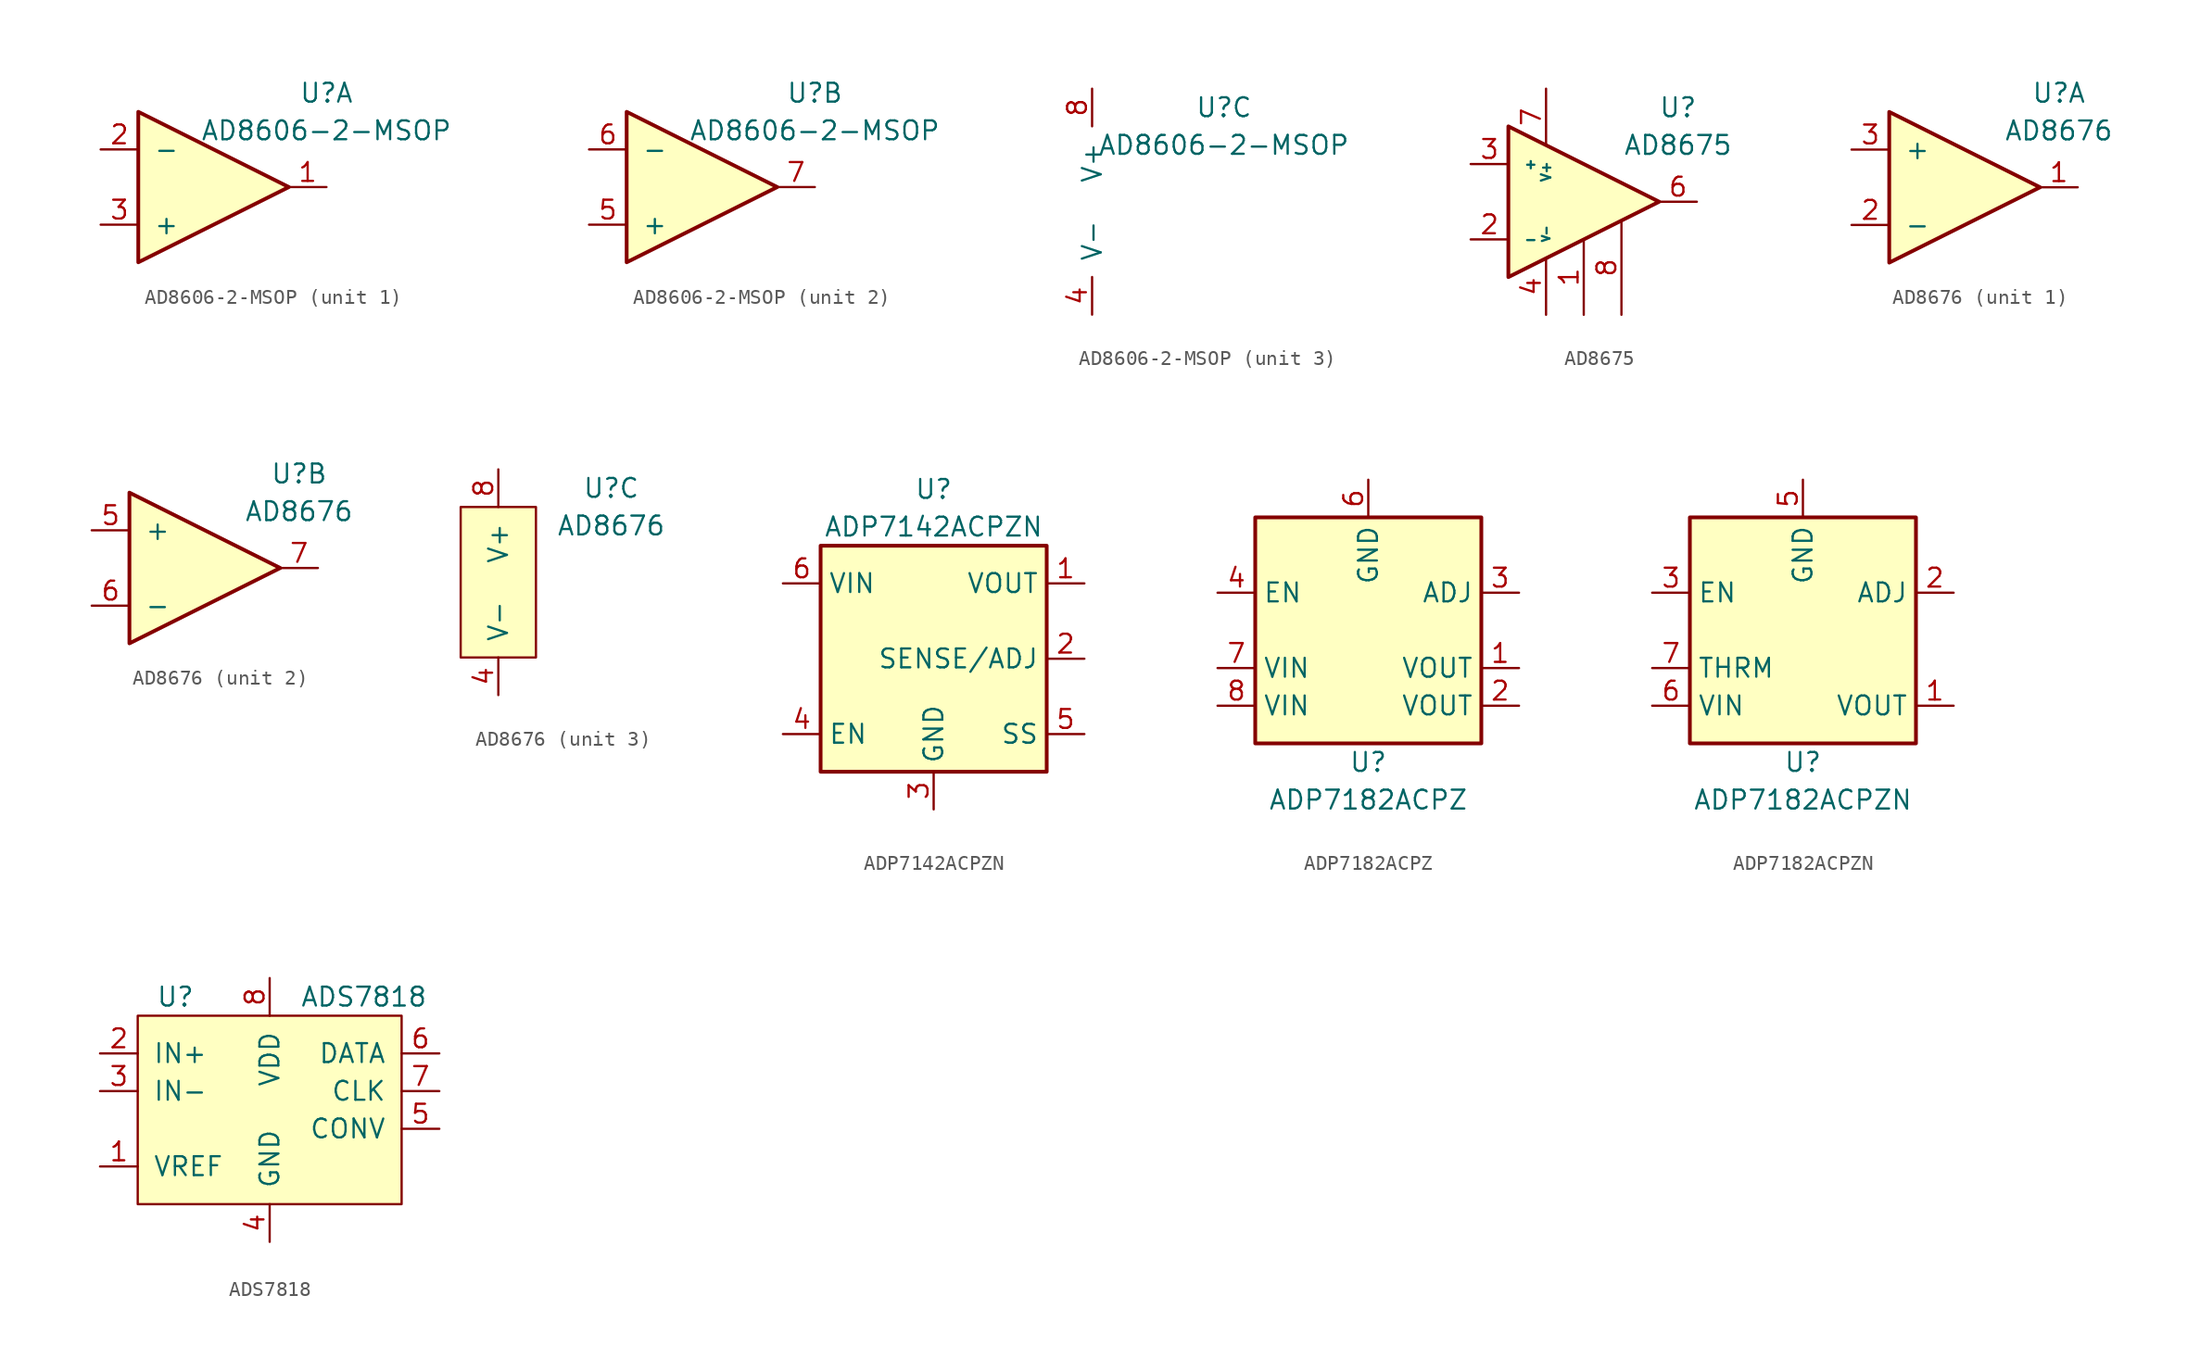
<source format=kicad_sym>
(kicad_symbol_lib
  (version 20220914)
  (generator kicad_symbol_editor)
  (symbol "AD8606-2-MSOP"
    (pin_names
      (offset 1.016))
    (property "Reference" "U"
      (at 8.89 6.35 0)
      (effects (font (size 1.27 1.27))))
    (property "Value" "AD8606-2-MSOP"
      (at 8.89 3.81 0)
      (effects (font (size 1.27 1.27))))
    (symbol "AD8606-2-MSOP_1_1"
      (polyline (pts (xy -3.81 5.08) (xy 6.35 0) (xy -3.81 -5.08) (xy -3.81 5.08)) (stroke (width 0.254) (type solid)) (fill (type background)))
      (pin output line (at 8.89 0 180) (length 2.54) (name "~" (effects (font (size 1.27 1.27)))) (number "1" (effects (font (size 1.27 1.27)))))
      (pin input line (at -6.35 2.54 0) (length 2.54) (name "-" (effects (font (size 1.27 1.27)))) (number "2" (effects (font (size 1.27 1.27)))))
      (pin input line (at -6.35 -2.54 0) (length 2.54) (name "+" (effects (font (size 1.27 1.27)))) (number "3" (effects (font (size 1.27 1.27))))))
    (symbol "AD8606-2-MSOP_2_1"
      (polyline (pts (xy -3.81 5.08) (xy 6.35 0) (xy -3.81 -5.08) (xy -3.81 5.08)) (stroke (width 0.254) (type solid)) (fill (type background)))
      (pin input line (at -6.35 -2.54 0) (length 2.54) (name "+" (effects (font (size 1.27 1.27)))) (number "5" (effects (font (size 1.27 1.27)))))
      (pin input line (at -6.35 2.54 0) (length 2.54) (name "-" (effects (font (size 1.27 1.27)))) (number "6" (effects (font (size 1.27 1.27)))))
      (pin output line (at 8.89 0 180) (length 2.54) (name "~" (effects (font (size 1.27 1.27)))) (number "7" (effects (font (size 1.27 1.27))))))
    (symbol "AD8606-2-MSOP_3_1"
      (pin passive line (at 0 -7.62 90) (length 2.54) (name "V-" (effects (font (size 1.27 1.27)))) (number "4" (effects (font (size 1.27 1.27)))))
      (pin passive line (at 0 7.62 270) (length 2.54) (name "V+" (effects (font (size 1.27 1.27)))) (number "8" (effects (font (size 1.27 1.27)))))))
  (symbol "AD8675"
    (pin_names
      (offset 1.016))
    (property "Reference" "U"
      (at 8.89 6.35 0)
      (effects (font (size 1.27 1.27))))
    (property "Value" "AD8675"
      (at 8.89 3.81 0)
      (effects (font (size 1.27 1.27))))
    (symbol "AD8675_1_1"
      (polyline (pts (xy -2.54 5.08) (xy 7.62 0) (xy -2.54 -5.08) (xy -2.54 5.08)) (stroke (width 0.254) (type solid)) (fill (type background)))
      (pin input line (at 2.54 -7.62 90) (length 5.08) (name "~" (effects (font (size 0.508 0.508)))) (number "1" (effects (font (size 1.27 1.27)))))
      (pin input line (at -5.08 -2.54 0) (length 2.54) (name "-" (effects (font (size 0.635 0.635)))) (number "2" (effects (font (size 1.27 1.27)))))
      (pin input line (at -5.08 2.54 0) (length 2.54) (name "+" (effects (font (size 0.635 0.635)))) (number "3" (effects (font (size 1.27 1.27)))))
      (pin power_in line (at 0 -7.62 90) (length 3.81) (name "V-" (effects (font (size 0.508 0.508)))) (number "4" (effects (font (size 1.27 1.27)))))
      (pin no_connect line (at 2.54 2.54 270) (length 2.54) hide (name "NC" (effects (font (size 1.27 1.27)))) (number "5" (effects (font (size 1.27 1.27)))))
      (pin output line (at 10.16 0 180) (length 2.54) (name "~" (effects (font (size 1.27 1.27)))) (number "6" (effects (font (size 1.27 1.27)))))
      (pin power_in line (at 0 7.62 270) (length 3.81) (name "V+" (effects (font (size 0.635 0.635)))) (number "7" (effects (font (size 1.27 1.27)))))
      (pin input line (at 5.08 -7.62 90) (length 6.35) (name "~" (effects (font (size 0.508 0.508)))) (number "8" (effects (font (size 1.27 1.27)))))))
  (symbol "AD8676"
    (pin_names
      (offset 1.016))
    (property "Reference" "U"
      (at 7.62 6.35 0)
      (effects (font (size 1.27 1.27))))
    (property "Value" "AD8676"
      (at 7.62 3.81 0)
      (effects (font (size 1.27 1.27))))
    (symbol "AD8676_1_1"
      (polyline (pts (xy -3.81 5.08) (xy 6.35 0) (xy -3.81 -5.08) (xy -3.81 5.08)) (stroke (width 0.254) (type solid)) (fill (type background)))
      (pin output line (at 8.89 0 180) (length 2.54) (name "~" (effects (font (size 1.27 1.27)))) (number "1" (effects (font (size 1.27 1.27)))))
      (pin input line (at -6.35 -2.54 0) (length 2.54) (name "-" (effects (font (size 1.27 1.27)))) (number "2" (effects (font (size 1.27 1.27)))))
      (pin input line (at -6.35 2.54 0) (length 2.54) (name "+" (effects (font (size 1.27 1.27)))) (number "3" (effects (font (size 1.27 1.27))))))
    (symbol "AD8676_2_1"
      (polyline (pts (xy -3.81 5.08) (xy 6.35 0) (xy -3.81 -5.08) (xy -3.81 5.08)) (stroke (width 0.254) (type solid)) (fill (type background)))
      (pin input line (at -6.35 2.54 0) (length 2.54) (name "+" (effects (font (size 1.27 1.27)))) (number "5" (effects (font (size 1.27 1.27)))))
      (pin input line (at -6.35 -2.54 0) (length 2.54) (name "-" (effects (font (size 1.27 1.27)))) (number "6" (effects (font (size 1.27 1.27)))))
      (pin output line (at 8.89 0 180) (length 2.54) (name "~" (effects (font (size 1.27 1.27)))) (number "7" (effects (font (size 1.27 1.27))))))
    (symbol "AD8676_3_1"
      (rectangle (start -2.54 5.08) (end 2.54 -5.08) (stroke (width 0) (type solid)) (fill (type background)))
      (pin passive line (at 0 -7.62 90) (length 2.54) (name "V-" (effects (font (size 1.27 1.27)))) (number "4" (effects (font (size 1.27 1.27)))))
      (pin passive line (at 0 7.62 270) (length 2.54) (name "V+" (effects (font (size 1.27 1.27)))) (number "8" (effects (font (size 1.27 1.27)))))))
  (symbol "ADP7142ACPZN"
    (property "Reference" "U"
      (at 0 11.43 0)
      (effects (font (size 1.27 1.27))))
    (property "Value" "ADP7142ACPZN"
      (at 0 8.89 0)
      (effects (font (size 1.27 1.27))))
    (symbol "ADP7142ACPZN_0_1"
      (rectangle (start -7.62 7.62) (end 7.62 -7.62) (stroke (width 0.254) (type default)) (fill (type background))))
    (symbol "ADP7142ACPZN_1_1"
      (pin power_out line (at 10.16 5.08 180) (length 2.54) (name "VOUT" (effects (font (size 1.27 1.27)))) (number "1" (effects (font (size 1.27 1.27)))))
      (pin input line (at 10.16 0 180) (length 2.54) (name "SENSE/ADJ" (effects (font (size 1.27 1.27)))) (number "2" (effects (font (size 1.27 1.27)))))
      (pin power_in line (at 0 -10.16 90) (length 2.54) (name "GND" (effects (font (size 1.27 1.27)))) (number "3" (effects (font (size 1.27 1.27)))))
      (pin input line (at -10.16 -5.08 0) (length 2.54) (name "EN" (effects (font (size 1.27 1.27)))) (number "4" (effects (font (size 1.27 1.27)))))
      (pin passive line (at 10.16 -5.08 180) (length 2.54) (name "SS" (effects (font (size 1.27 1.27)))) (number "5" (effects (font (size 1.27 1.27)))))
      (pin power_in line (at -10.16 5.08 0) (length 2.54) (name "VIN" (effects (font (size 1.27 1.27)))) (number "6" (effects (font (size 1.27 1.27)))))
      (pin power_in line (at 0 -10.16 90) (length 2.54) hide (name "THRM" (effects (font (size 1.27 1.27)))) (number "7" (effects (font (size 1.27 1.27)))))))
  (symbol "ADP7182ACPZ"
    (property "Reference" "U"
      (at 0 -8.89 0)
      (effects (font (size 1.27 1.27))))
    (property "Value" "ADP7182ACPZ"
      (at 0 -11.43 0)
      (effects (font (size 1.27 1.27))))
    (symbol "ADP7182ACPZ_0_1"
      (rectangle (start -7.62 7.62) (end 7.62 -7.62) (stroke (width 0.254) (type default)) (fill (type background))))
    (symbol "ADP7182ACPZ_1_1"
      (pin passive line (at 10.16 -2.54 180) (length 2.54) (name "VOUT" (effects (font (size 1.27 1.27)))) (number "1" (effects (font (size 1.27 1.27)))))
      (pin power_out line (at 10.16 -5.08 180) (length 2.54) (name "VOUT" (effects (font (size 1.27 1.27)))) (number "2" (effects (font (size 1.27 1.27)))))
      (pin input line (at 10.16 2.54 180) (length 2.54) (name "ADJ" (effects (font (size 1.27 1.27)))) (number "3" (effects (font (size 1.27 1.27)))))
      (pin input line (at -10.16 2.54 0) (length 2.54) (name "EN" (effects (font (size 1.27 1.27)))) (number "4" (effects (font (size 1.27 1.27)))))
      (pin no_connect line (at 3.81 10.16 270) (length 2.54) hide (name "NC" (effects (font (size 1.27 1.27)))) (number "5" (effects (font (size 1.27 1.27)))))
      (pin power_in line (at 0 10.16 270) (length 2.54) (name "GND" (effects (font (size 1.27 1.27)))) (number "6" (effects (font (size 1.27 1.27)))))
      (pin power_in line (at -10.16 -2.54 0) (length 2.54) (name "VIN" (effects (font (size 1.27 1.27)))) (number "7" (effects (font (size 1.27 1.27)))))
      (pin power_in line (at -10.16 -5.08 0) (length 2.54) (name "VIN" (effects (font (size 1.27 1.27)))) (number "8" (effects (font (size 1.27 1.27)))))
      (pin power_in line (at -10.16 -5.08 0) (length 2.54) hide (name "THRM" (effects (font (size 1.27 1.27)))) (number "9" (effects (font (size 1.27 1.27)))))))
  (symbol "ADP7182ACPZN"
    (property "Reference" "U"
      (at 0 -8.89 0)
      (effects (font (size 1.27 1.27))))
    (property "Value" "ADP7182ACPZN"
      (at 0 -11.43 0)
      (effects (font (size 1.27 1.27))))
    (symbol "ADP7182ACPZN_0_1"
      (rectangle (start -7.62 7.62) (end 7.62 -7.62) (stroke (width 0.254) (type default)) (fill (type background))))
    (symbol "ADP7182ACPZN_1_1"
      (pin power_out line (at 10.16 -5.08 180) (length 2.54) (name "VOUT" (effects (font (size 1.27 1.27)))) (number "1" (effects (font (size 1.27 1.27)))))
      (pin input line (at 10.16 2.54 180) (length 2.54) (name "ADJ" (effects (font (size 1.27 1.27)))) (number "2" (effects (font (size 1.27 1.27)))))
      (pin input line (at -10.16 2.54 0) (length 2.54) (name "EN" (effects (font (size 1.27 1.27)))) (number "3" (effects (font (size 1.27 1.27)))))
      (pin no_connect line (at 3.81 10.16 270) (length 2.54) hide (name "NC" (effects (font (size 1.27 1.27)))) (number "4" (effects (font (size 1.27 1.27)))))
      (pin power_in line (at 0 10.16 270) (length 2.54) (name "GND" (effects (font (size 1.27 1.27)))) (number "5" (effects (font (size 1.27 1.27)))))
      (pin power_in line (at -10.16 -5.08 0) (length 2.54) (name "VIN" (effects (font (size 1.27 1.27)))) (number "6" (effects (font (size 1.27 1.27)))))
      (pin power_in line (at -10.16 -2.54 0) (length 2.54) (name "THRM" (effects (font (size 1.27 1.27)))) (number "7" (effects (font (size 1.27 1.27)))))))
  (symbol "ADS7818"
    (pin_names
      (offset 1.016))
    (property "Reference" "U"
      (at -6.35 7.62 0)
      (effects (font (size 1.27 1.27))))
    (property "Value" "ADS7818"
      (at 6.35 7.62 0)
      (effects (font (size 1.27 1.27))))
    (symbol "ADS7818_0_1"
      (rectangle (start -8.89 6.35) (end 8.89 -6.35) (stroke (width 0) (type solid)) (fill (type background))))
    (symbol "ADS7818_1_1"
      (pin output line (at -11.43 -3.81 0) (length 2.54) (name "VREF" (effects (font (size 1.27 1.27)))) (number "1" (effects (font (size 1.27 1.27)))))
      (pin input line (at -11.43 3.81 0) (length 2.54) (name "IN+" (effects (font (size 1.27 1.27)))) (number "2" (effects (font (size 1.27 1.27)))))
      (pin input line (at -11.43 1.27 0) (length 2.54) (name "IN-" (effects (font (size 1.27 1.27)))) (number "3" (effects (font (size 1.27 1.27)))))
      (pin input line (at 0 -8.89 90) (length 2.54) (name "GND" (effects (font (size 1.27 1.27)))) (number "4" (effects (font (size 1.27 1.27)))))
      (pin input line (at 11.43 -1.27 180) (length 2.54) (name "CONV" (effects (font (size 1.27 1.27)))) (number "5" (effects (font (size 1.27 1.27)))))
      (pin input line (at 11.43 3.81 180) (length 2.54) (name "DATA" (effects (font (size 1.27 1.27)))) (number "6" (effects (font (size 1.27 1.27)))))
      (pin input line (at 11.43 1.27 180) (length 2.54) (name "CLK" (effects (font (size 1.27 1.27)))) (number "7" (effects (font (size 1.27 1.27)))))
      (pin passive line (at 0 8.89 270) (length 2.54) (name "VDD" (effects (font (size 1.27 1.27)))) (number "8" (effects (font (size 1.27 1.27))))))))
</source>
